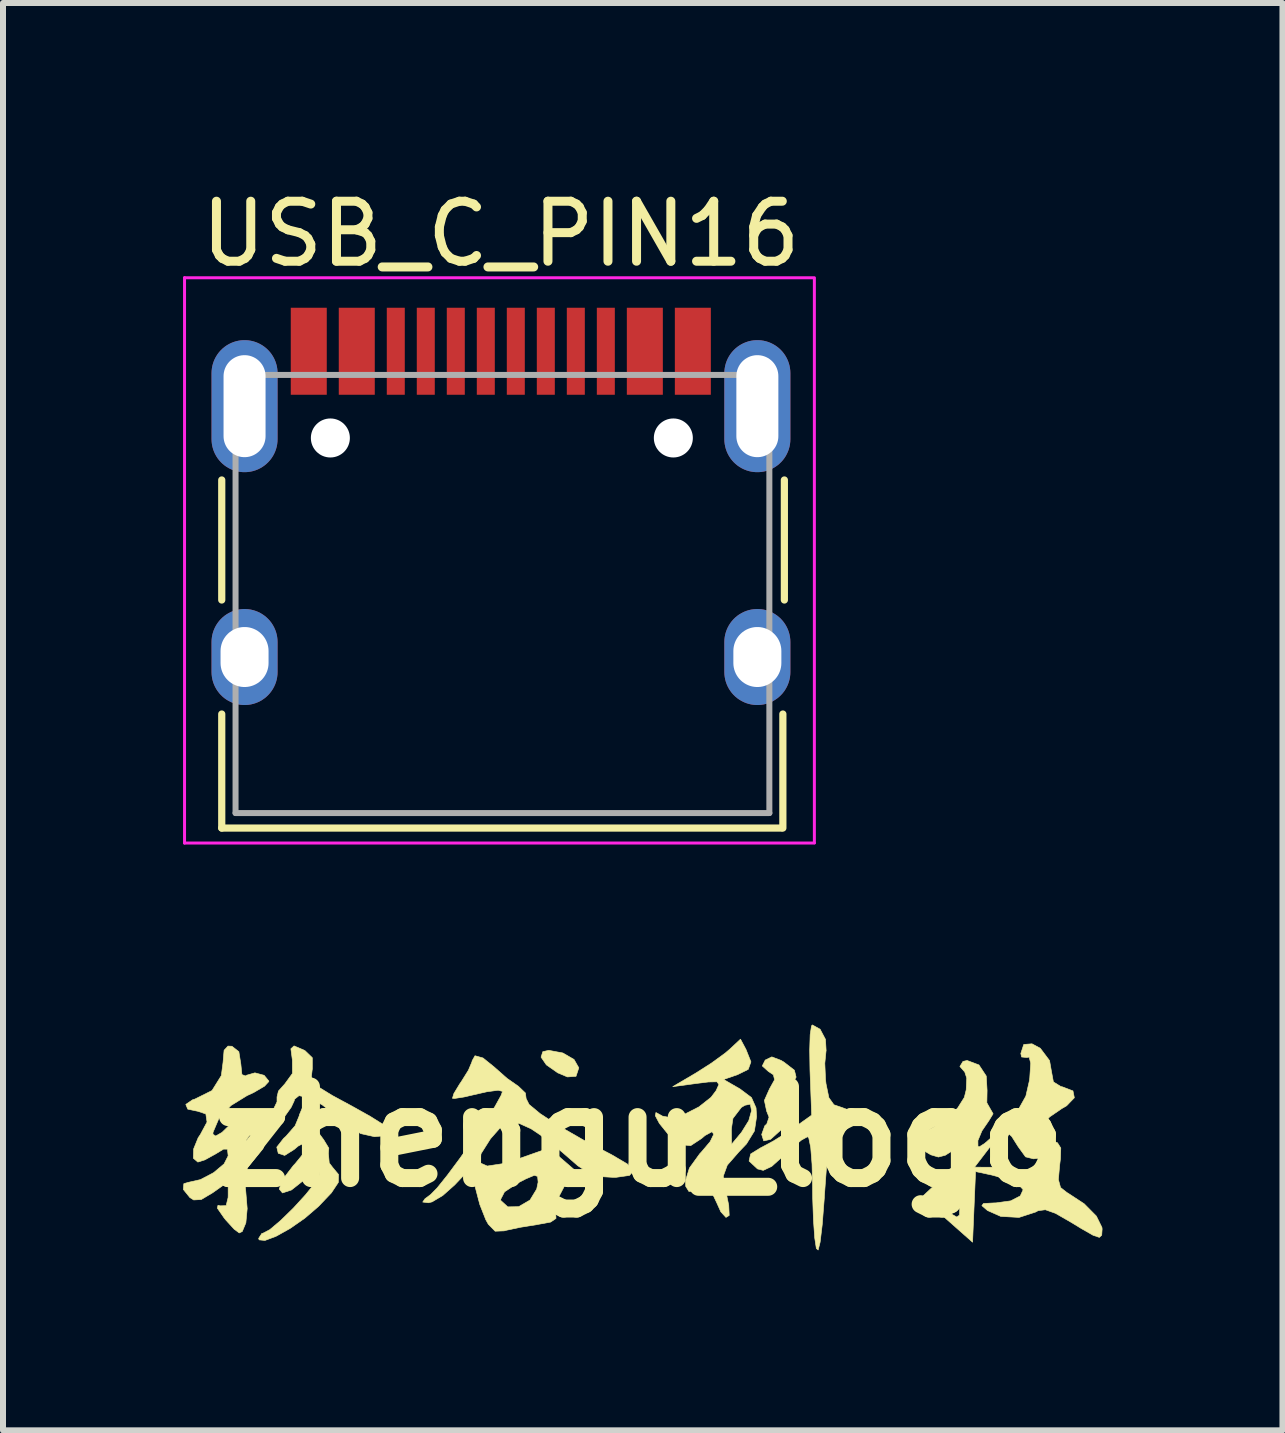
<source format=kicad_pcb>
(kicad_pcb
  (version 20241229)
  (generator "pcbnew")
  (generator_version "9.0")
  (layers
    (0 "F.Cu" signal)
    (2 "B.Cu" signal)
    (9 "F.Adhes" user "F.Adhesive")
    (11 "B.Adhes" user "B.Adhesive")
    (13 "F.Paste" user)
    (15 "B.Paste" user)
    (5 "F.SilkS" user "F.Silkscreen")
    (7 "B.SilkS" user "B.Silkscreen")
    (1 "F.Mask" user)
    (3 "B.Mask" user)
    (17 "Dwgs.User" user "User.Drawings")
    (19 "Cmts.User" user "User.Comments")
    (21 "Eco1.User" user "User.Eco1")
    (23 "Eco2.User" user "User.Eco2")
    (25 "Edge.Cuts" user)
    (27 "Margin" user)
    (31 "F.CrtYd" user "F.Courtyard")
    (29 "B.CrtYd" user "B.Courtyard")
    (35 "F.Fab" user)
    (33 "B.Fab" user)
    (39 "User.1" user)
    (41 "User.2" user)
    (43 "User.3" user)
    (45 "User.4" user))
  (footprint "USB_C_PIN16"
    (layer "F.Cu")
    (at 5.295 6.148)
    (property "Reference" "USB_C_PIN16" (at 0 -5.3 0) (layer "F.SilkS") (effects (font (size 1 1) (thickness 0.15))))
    (attr through_hole)
    (fp_line (start -4.65 -1.2) (end -4.65 0.8) (stroke (width 0.12) (type solid)) (layer "F.SilkS"))
    (fp_line (start -4.65 2.7) (end -4.65 4.6) (stroke (width 0.12) (type solid)) (layer "F.SilkS"))
    (fp_line (start -4.65 4.6) (end 4.675 4.6) (stroke (width 0.12) (type solid)) (layer "F.SilkS"))
    (fp_line (start 4.7 2.7) (end 4.7 4.6) (stroke (width 0.12) (type solid)) (layer "F.SilkS"))
    (fp_line (start 4.725 -1.2) (end 4.725 0.8) (stroke (width 0.12) (type solid)) (layer "F.SilkS"))
    (fp_line (start -5.27 -4.57) (end -5.27 4.85) (stroke (width 0.05) (type solid)) (layer "F.CrtYd"))
    (fp_line (start -5.27 -4.57) (end 5.225 -4.57) (stroke (width 0.05) (type solid)) (layer "F.CrtYd"))
    (fp_line (start -5.27 4.85) (end 5.225 4.85) (stroke (width 0.05) (type solid)) (layer "F.CrtYd"))
    (fp_line (start 5.225 -4.55) (end 5.225 4.845) (stroke (width 0.05) (type solid)) (layer "F.CrtYd"))
    (fp_line (start -4.42 -2.95) (end -4.42 4.35) (stroke (width 0.1) (type solid)) (layer "F.Fab"))
    (fp_line (start -4.42 -2.95) (end 4.52 -2.95) (stroke (width 0.1) (type solid)) (layer "F.Fab"))
    (fp_line (start -4.42 4.35) (end 4.475 4.35) (stroke (width 0.1) (type solid)) (layer "F.Fab"))
    (fp_line (start 4.475 -2.95) (end 4.475 4.35) (stroke (width 0.1) (type solid)) (layer "F.Fab"))
    (pad "" np_thru_hole circle (at -2.84 -1.9) (size 0.65 0.65) (drill 0.65) (layers "*.Cu" "*.Mask"))
    (pad "" np_thru_hole circle (at 2.875 -1.9) (size 0.65 0.65) (drill 0.65) (layers "*.Cu" "*.Mask"))
    (pad "1" smd rect (at -3.2 -3.345) (size 0.6 1.45) (layers "F.Cu" "F.Mask" "F.Paste"))
    (pad "2" smd rect (at -2.4 -3.345) (size 0.6 1.45) (layers "F.Cu" "F.Mask" "F.Paste"))
    (pad "3" smd rect (at -1.75 -3.345) (size 0.3 1.45) (layers "F.Cu" "F.Mask" "F.Paste"))
    (pad "4" smd rect (at -1.25 -3.345) (size 0.3 1.45) (layers "F.Cu" "F.Mask" "F.Paste"))
    (pad "5" smd rect (at -0.75 -3.345) (size 0.3 1.45) (layers "F.Cu" "F.Mask" "F.Paste"))
    (pad "6" smd rect (at -0.25 -3.345) (size 0.3 1.45) (layers "F.Cu" "F.Mask" "F.Paste"))
    (pad "7" smd rect (at 0.25 -3.345) (size 0.3 1.45) (layers "F.Cu" "F.Mask" "F.Paste"))
    (pad "8" smd rect (at 0.75 -3.345) (size 0.3 1.45) (layers "F.Cu" "F.Mask" "F.Paste"))
    (pad "9" smd rect (at 1.25 -3.345) (size 0.3 1.45) (layers "F.Cu" "F.Mask" "F.Paste"))
    (pad "10" smd rect (at 1.75 -3.345) (size 0.3 1.45) (layers "F.Cu" "F.Mask" "F.Paste"))
    (pad "11" smd rect (at 2.4 -3.345) (size 0.6 1.45) (layers "F.Cu" "F.Mask" "F.Paste"))
    (pad "12" smd rect (at 3.2 -3.345) (size 0.6 1.45) (layers "F.Cu" "F.Mask" "F.Paste"))
    (pad "S1" thru_hole oval (at -4.27 -2.43) (size 1.1 2.2) (drill oval 0.7 1.7) (layers "*.Cu" "*.Mask"))
    (pad "S2" thru_hole oval (at 4.275 -2.43) (size 1.1 2.2) (drill oval 0.7 1.7) (layers "*.Cu" "*.Mask"))
    (pad "S3" thru_hole oval (at -4.27 1.75) (size 1.1 1.6) (drill oval 0.8 1) (layers "*.Cu" "*.Mask"))
    (pad "S4" thru_hole oval (at 4.275 1.75) (size 1.1 1.6) (drill oval 0.8 1) (layers "*.Cu" "*.Mask")))
  (footprint "zhengu_logo"
    (layer "F.Cu")
    (at 7.61 15.891)
    (property "Reference" "zhengu_logo" (at 0 0 0) (layer "F.SilkS") (effects (font (size 1.524 1.524) (thickness 0.3))))
    (attr through_hole)
    (fp_poly (pts (xy -1.281 -1.395) (xy -1.095 -1.287) (xy -1.016 -1.149) (xy -1.016 -1.145) (xy -1.062 -1.006) (xy -1.205 -0.996) (xy -1.366 -1.064) (xy -1.556 -1.197) (xy -1.644 -1.326) (xy -1.615 -1.417) (xy -1.516 -1.439) (xy -1.281 -1.395)) (stroke (width 0.01) (type solid)) (fill yes) (layer "F.SilkS"))
    (fp_poly (pts (xy 2.356 -1.271) (xy 2.409 -1.238) (xy 2.577 -1.108) (xy 2.606 -0.992) (xy 2.511 -0.831) (xy 2.5 -0.816) (xy 2.426 -0.652) (xy 2.479 -0.502) (xy 2.525 -0.37) (xy 2.463 -0.233) (xy 2.374 -0.131) (xy 2.18 0.044) (xy 2.066 0.07) (xy 2.032 -0.037) (xy 2.084 -0.182) (xy 2.117 -0.212) (xy 2.155 -0.325) (xy 2.114 -0.428) (xy 2.077 -0.605) (xy 2.162 -0.796) (xy 2.247 -0.949) (xy 2.227 -1.032) (xy 2.143 -1.088) (xy 2.042 -1.179) (xy 2.091 -1.277) (xy 2.201 -1.33) (xy 2.356 -1.271)) (stroke (width 0.01) (type solid)) (fill yes) (layer "F.SilkS"))
    (fp_poly (pts (xy -5.405 -0.39) (xy -5.385 -0.252) (xy -5.344 -0.054) (xy -5.266 0.051) (xy -5.181 0.191) (xy -5.188 0.278) (xy -5.174 0.437) (xy -5.117 0.512) (xy -5.019 0.63) (xy -5.022 0.761) (xy -5.138 0.936) (xy -5.355 1.164) (xy -5.581 1.358) (xy -5.828 1.53) (xy -6.061 1.66) (xy -6.245 1.729) (xy -6.342 1.719) (xy -6.35 1.694) (xy -6.296 1.611) (xy -6.279 1.609) (xy -6.164 1.549) (xy -5.983 1.396) (xy -5.771 1.189) (xy -5.568 0.967) (xy -5.41 0.77) (xy -5.336 0.637) (xy -5.334 0.624) (xy -5.354 0.548) (xy -5.434 0.581) (xy -5.571 0.704) (xy -5.804 0.888) (xy -5.953 0.937) (xy -6.007 0.872) (xy -5.95 0.713) (xy -5.771 0.48) (xy -5.742 0.45) (xy -5.592 0.266) (xy -5.535 0.138) (xy -5.568 0.092) (xy -5.691 0.156) (xy -5.759 0.213) (xy -5.916 0.312) (xy -6.023 0.277) (xy -6.048 0.174) (xy -5.934 0.028) (xy -5.894 -0.008) (xy -5.742 -0.183) (xy -5.673 -0.35) (xy -5.673 -0.36) (xy -5.621 -0.483) (xy -5.524 -0.49) (xy -5.405 -0.39)) (stroke (width 0.01) (type solid)) (fill yes) (layer "F.SilkS"))
    (fp_poly (pts (xy 3.006 -1.79) (xy 3.095 -1.622) (xy 3.106 -1.431) (xy 3.104 -1.424) (xy 3.084 -1.222) (xy 3.096 -0.952) (xy 3.104 -0.882) (xy 3.152 -0.649) (xy 3.236 -0.532) (xy 3.395 -0.477) (xy 3.397 -0.476) (xy 3.584 -0.407) (xy 3.633 -0.324) (xy 3.538 -0.264) (xy 3.426 -0.254) (xy 3.252 -0.217) (xy 3.179 -0.148) (xy 3.161 -0.027) (xy 3.136 0.227) (xy 3.107 0.578) (xy 3.077 0.988) (xy 3.076 1.016) (xy 3.041 1.465) (xy 3.006 1.757) (xy 2.973 1.888) (xy 2.943 1.863) (xy 2.916 1.687) (xy 2.895 1.392) (xy 2.882 1.027) (xy 2.88 0.826) (xy 2.871 0.457) (xy 2.849 0.179) (xy 2.817 0.023) (xy 2.797 0) (xy 2.695 0.056) (xy 2.523 0.198) (xy 2.405 0.31) (xy 2.199 0.495) (xy 2.058 0.561) (xy 1.963 0.537) (xy 1.822 0.406) (xy 1.848 0.288) (xy 2.01 0.188) (xy 2.23 0.07) (xy 2.489 -0.092) (xy 2.555 -0.138) (xy 2.865 -0.359) (xy 2.837 -1.111) (xy 2.832 -1.444) (xy 2.84 -1.701) (xy 2.862 -1.845) (xy 2.876 -1.863) (xy 3.006 -1.79)) (stroke (width 0.01) (type solid)) (fill yes) (layer "F.SilkS"))
    (fp_poly (pts (xy 1.771 -1.453) (xy 1.853 -1.247) (xy 1.808 -1.122) (xy 1.63 -1.034) (xy 1.397 -0.954) (xy 1.672 -0.795) (xy 1.862 -0.652) (xy 1.938 -0.481) (xy 1.947 -0.334) (xy 1.911 -0.095) (xy 1.779 0.12) (xy 1.653 0.252) (xy 1.459 0.474) (xy 1.393 0.655) (xy 1.399 0.734) (xy 1.45 0.982) (xy 1.483 1.143) (xy 1.491 1.312) (xy 1.437 1.345) (xy 1.351 1.251) (xy 1.282 1.098) (xy 1.199 0.923) (xy 1.087 0.877) (xy 0.977 0.896) (xy 0.82 0.913) (xy 0.766 0.827) (xy 0.762 0.735) (xy 0.828 0.522) (xy 1 0.284) (xy 1.026 0.257) (xy 1.173 0.083) (xy 1.233 -0.04) (xy 1.205 -0.083) (xy 1.088 -0.02) (xy 1.031 0.029) (xy 0.849 0.149) (xy 0.683 0.133) (xy 0.489 -0.025) (xy 0.462 -0.055) (xy 0.403 -0.128) (xy 1.527 -0.128) (xy 1.53 0.127) (xy 1.696 -0.073) (xy 1.817 -0.268) (xy 1.863 -0.433) (xy 1.843 -0.542) (xy 1.754 -0.524) (xy 1.693 -0.488) (xy 1.553 -0.305) (xy 1.527 -0.128) (xy 0.403 -0.128) (xy 0.327 -0.222) (xy 0.26 -0.349) (xy 0.27 -0.403) (xy 0.366 -0.351) (xy 0.375 -0.344) (xy 0.526 -0.315) (xy 0.748 -0.375) (xy 0.987 -0.497) (xy 1.188 -0.656) (xy 1.273 -0.768) (xy 1.319 -0.871) (xy 1.286 -0.915) (xy 1.143 -0.912) (xy 0.959 -0.889) (xy 0.55 -0.834) (xy 0.931 -1.058) (xy 1.193 -1.225) (xy 1.42 -1.39) (xy 1.496 -1.454) (xy 1.679 -1.625) (xy 1.771 -1.453)) (stroke (width 0.01) (type solid)) (fill yes) (layer "F.SilkS"))
    (fp_poly (pts (xy -2.612 -1.312) (xy -2.419 -1.156) (xy -2.407 -1.145) (xy -2.21 -0.971) (xy -2.026 -0.843) (xy -2.024 -0.842) (xy -1.905 -0.728) (xy -1.893 -0.635) (xy -1.844 -0.537) (xy -1.658 -0.383) (xy -1.352 -0.182) (xy -0.946 0.051) (xy -0.471 0.299) (xy -0.209 0.453) (xy -0.108 0.569) (xy -0.17 0.645) (xy -0.394 0.677) (xy -0.452 0.677) (xy -0.667 0.664) (xy -0.844 0.608) (xy -1.032 0.484) (xy -1.285 0.264) (xy -1.297 0.254) (xy -1.56 0.036) (xy -1.813 -0.133) (xy -2.001 -0.218) (xy -2.007 -0.219) (xy -2.179 -0.23) (xy -2.316 -0.16) (xy -2.478 0.024) (xy -2.492 0.042) (xy -2.646 0.286) (xy -2.663 0.435) (xy -2.541 0.489) (xy -2.279 0.449) (xy -2.022 0.369) (xy -1.51 0.189) (xy -1.071 0.567) (xy -1.261 0.834) (xy -1.384 1.069) (xy -1.401 1.257) (xy -1.401 1.259) (xy -1.395 1.362) (xy -1.485 1.423) (xy -1.708 1.464) (xy -1.712 1.465) (xy -1.986 1.509) (xy -2.217 1.558) (xy -2.258 1.569) (xy -2.409 1.575) (xy -2.523 1.459) (xy -2.565 1.384) (xy -2.665 1.13) (xy -2.687 1.047) (xy -2.319 1.047) (xy -2.314 1.064) (xy -2.199 1.169) (xy -2.017 1.166) (xy -1.832 1.058) (xy -1.826 1.052) (xy -1.717 0.873) (xy -1.693 0.757) (xy -1.702 0.662) (xy -1.756 0.643) (xy -1.896 0.702) (xy -2.027 0.769) (xy -2.253 0.919) (xy -2.319 1.047) (xy -2.687 1.047) (xy -2.741 0.841) (xy -2.744 0.824) (xy -2.802 0.505) (xy -3.083 0.803) (xy -3.281 0.979) (xy -3.46 1.086) (xy -3.521 1.101) (xy -3.616 1.089) (xy -3.578 1.034) (xy -3.485 0.965) (xy -3.375 0.853) (xy -3.205 0.641) (xy -2.999 0.364) (xy -2.782 0.058) (xy -2.578 -0.243) (xy -2.412 -0.504) (xy -2.309 -0.69) (xy -2.286 -0.755) (xy -2.359 -0.774) (xy -2.546 -0.749) (xy -2.688 -0.717) (xy -2.926 -0.662) (xy -3.086 -0.637) (xy -3.121 -0.64) (xy -3.097 -0.719) (xy -3 -0.879) (xy -2.973 -0.918) (xy -2.854 -1.109) (xy -2.795 -1.249) (xy -2.794 -1.262) (xy -2.745 -1.349) (xy -2.612 -1.312)) (stroke (width 0.01) (type solid)) (fill yes) (layer "F.SilkS"))
    (fp_poly (pts (xy -5.598 -1.444) (xy -5.577 -1.433) (xy -5.456 -1.316) (xy -5.456 -1.125) (xy -5.458 -1.115) (xy -5.471 -1.004) (xy -5.437 -0.912) (xy -5.33 -0.814) (xy -5.124 -0.687) (xy -4.793 -0.508) (xy -4.491 -0.339) (xy -4.261 -0.195) (xy -4.134 -0.095) (xy -4.119 -0.064) (xy -4.223 -0.019) (xy -4.418 -0.000001) (xy -4.419 0) (xy -4.651 -0.052) (xy -4.913 -0.221) (xy -5.047 -0.339) (xy -5.29 -0.53) (xy -5.511 -0.649) (xy -5.678 -0.684) (xy -5.755 -0.622) (xy -5.757 -0.599) (xy -5.808 -0.49) (xy -5.933 -0.314) (xy -5.979 -0.258) (xy -6.186 -0.07) (xy -6.35 -0.042) (xy -6.502 -0.022) (xy -6.554 0.052) (xy -6.576 0.206) (xy -6.507 0.246) (xy -6.416 0.185) (xy -6.283 0.08) (xy -6.235 0.095) (xy -6.279 0.201) (xy -6.385 0.331) (xy -6.538 0.518) (xy -6.586 0.693) (xy -6.564 0.92) (xy -6.541 1.199) (xy -6.563 1.435) (xy -6.623 1.58) (xy -6.673 1.604) (xy -6.758 1.541) (xy -6.896 1.39) (xy -6.928 1.35) (xy -7.038 1.191) (xy -7.028 1.143) (xy -6.991 1.152) (xy -6.892 1.149) (xy -6.859 1.014) (xy -6.858 0.977) (xy -6.858 0.75) (xy -7.115 0.933) (xy -7.306 1.047) (xy -7.432 1.054) (xy -7.496 1.014) (xy -7.605 0.879) (xy -7.597 0.783) (xy -7.527 0.762) (xy -7.32 0.715) (xy -7.1 0.599) (xy -6.926 0.453) (xy -6.858 0.319) (xy -6.87 0.208) (xy -6.935 0.207) (xy -7.067 0.287) (xy -7.246 0.386) (xy -7.363 0.423) (xy -7.438 0.359) (xy -7.434 0.205) (xy -7.358 0.018) (xy -7.321 -0.037) (xy -7.21 -0.244) (xy -7.23 -0.379) (xy -7.361 -0.423) (xy -7.531 -0.459) (xy -7.564 -0.538) (xy -7.449 -0.616) (xy -7.414 -0.626) (xy -7.127 -0.769) (xy -6.972 -1.018) (xy -6.943 -1.24) (xy -6.926 -1.44) (xy -6.861 -1.51) (xy -6.795 -1.507) (xy -6.68 -1.417) (xy -6.647 -1.211) (xy -6.629 -1.035) (xy -6.569 -1.012) (xy -6.552 -1.024) (xy -6.412 -1.064) (xy -6.259 -1.023) (xy -6.181 -0.928) (xy -6.181 -0.919) (xy -6.252 -0.842) (xy -6.431 -0.737) (xy -6.543 -0.685) (xy -6.812 -0.519) (xy -7.015 -0.298) (xy -7.11 -0.074) (xy -7.112 -0.041) (xy -7.066 -0.011) (xy -6.96 -0.072) (xy -6.843 -0.186) (xy -6.77 -0.305) (xy -6.704 -0.435) (xy -6.612 -0.449) (xy -6.464 -0.382) (xy -6.293 -0.309) (xy -6.191 -0.337) (xy -6.118 -0.427) (xy -6.044 -0.581) (xy -6.044 -0.662) (xy -6.02 -0.761) (xy -5.913 -0.881) (xy -5.787 -1.054) (xy -5.788 -1.277) (xy -5.813 -1.465) (xy -5.76 -1.513) (xy -5.598 -1.444)) (stroke (width 0.01) (type solid)) (fill yes) (layer "F.SilkS"))
    (fp_poly (pts (xy 6.675 -1.473) (xy 6.829 -1.268) (xy 6.858 -1.102) (xy 6.893 -0.913) (xy 7.017 -0.836) (xy 7.042 -0.831) (xy 7.219 -0.763) (xy 7.242 -0.649) (xy 7.113 -0.515) (xy 7.035 -0.47) (xy 6.829 -0.329) (xy 6.691 -0.173) (xy 6.689 -0.171) (xy 6.649 -0.044) (xy 6.732 0.025) (xy 6.824 0.052) (xy 6.961 0.101) (xy 7.016 0.189) (xy 7.01 0.371) (xy 6.997 0.475) (xy 6.976 0.714) (xy 7.012 0.847) (xy 7.12 0.932) (xy 7.135 0.94) (xy 7.406 1.118) (xy 7.609 1.323) (xy 7.702 1.512) (xy 7.705 1.539) (xy 7.698 1.641) (xy 7.659 1.678) (xy 7.555 1.643) (xy 7.356 1.529) (xy 7.187 1.426) (xy 6.928 1.277) (xy 6.759 1.217) (xy 6.638 1.233) (xy 6.595 1.256) (xy 6.321 1.345) (xy 6.016 1.328) (xy 5.795 1.23) (xy 5.701 1.149) (xy 5.728 1.113) (xy 5.899 1.104) (xy 5.937 1.103) (xy 6.182 1.069) (xy 6.341 0.987) (xy 6.389 0.883) (xy 6.297 0.781) (xy 6.292 0.778) (xy 6.099 0.702) (xy 5.867 0.639) (xy 5.596 0.581) (xy 5.571 1.169) (xy 5.546 1.758) (xy 5.122 1.383) (xy 4.874 1.163) (xy 5.089 1.163) (xy 5.119 1.24) (xy 5.165 1.272) (xy 5.284 1.339) (xy 5.328 1.306) (xy 5.334 1.137) (xy 5.334 1.125) (xy 5.325 0.968) (xy 5.275 0.961) (xy 5.186 1.043) (xy 5.089 1.163) (xy 4.874 1.163) (xy 4.699 1.008) (xy 5.059 0.67) (xy 5.213 0.508) (xy 5.579 0.508) (xy 5.944 0.509) (xy 6.2 0.527) (xy 6.395 0.571) (xy 6.431 0.588) (xy 6.593 0.63) (xy 6.681 0.526) (xy 6.689 0.452) (xy 6.635 0.36) (xy 6.562 0.369) (xy 6.429 0.336) (xy 6.306 0.166) (xy 6.198 -0.005) (xy 6.11 -0.084) (xy 6.104 -0.085) (xy 6.013 -0.023) (xy 5.869 0.132) (xy 5.805 0.212) (xy 5.579 0.508) (xy 5.213 0.508) (xy 5.255 0.464) (xy 5.385 0.284) (xy 5.419 0.195) (xy 5.405 0.106) (xy 5.337 0.135) (xy 5.264 0.199) (xy 5.092 0.309) (xy 4.977 0.339) (xy 4.851 0.302) (xy 4.704 0.215) (xy 4.58 0.113) (xy 4.522 0.031) (xy 4.557 0.003) (xy 4.686 -0.044) (xy 4.895 -0.161) (xy 5.034 -0.251) (xy 5.283 -0.455) (xy 5.409 -0.655) (xy 5.44 -0.78) (xy 5.449 -0.977) (xy 5.414 -1.083) (xy 5.408 -1.087) (xy 5.335 -1.17) (xy 5.386 -1.254) (xy 5.455 -1.27) (xy 5.652 -1.196) (xy 5.774 -1.011) (xy 5.788 -0.769) (xy 5.784 -0.565) (xy 5.839 -0.468) (xy 5.888 -0.382) (xy 5.818 -0.267) (xy 5.702 -0.097) (xy 5.635 0.064) (xy 5.636 0.161) (xy 5.658 0.169) (xy 5.747 0.113) (xy 5.913 -0.032) (xy 6.088 -0.203) (xy 6.311 -0.456) (xy 6.434 -0.676) (xy 6.493 -0.933) (xy 6.499 -0.978) (xy 6.515 -1.225) (xy 6.489 -1.326) (xy 6.447 -1.32) (xy 6.363 -1.328) (xy 6.35 -1.387) (xy 6.399 -1.537) (xy 6.536 -1.548) (xy 6.675 -1.473)) (stroke (width 0.01) (type solid)) (fill yes) (layer "F.SilkS")))
  (gr_rect
    (start -3 -3)
    (end 18.32 20.784)
    (stroke (width 0.1) (type default))
    (fill no)
    (layer "Edge.Cuts")))
</source>
